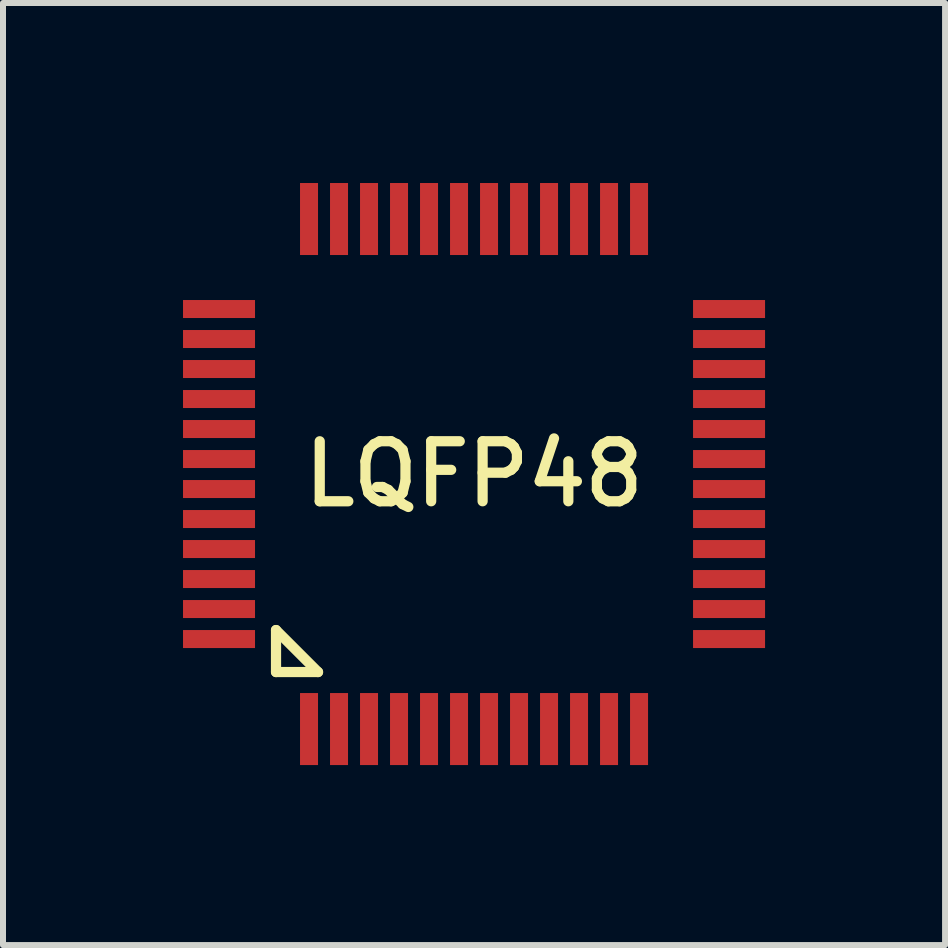
<source format=kicad_pcb>
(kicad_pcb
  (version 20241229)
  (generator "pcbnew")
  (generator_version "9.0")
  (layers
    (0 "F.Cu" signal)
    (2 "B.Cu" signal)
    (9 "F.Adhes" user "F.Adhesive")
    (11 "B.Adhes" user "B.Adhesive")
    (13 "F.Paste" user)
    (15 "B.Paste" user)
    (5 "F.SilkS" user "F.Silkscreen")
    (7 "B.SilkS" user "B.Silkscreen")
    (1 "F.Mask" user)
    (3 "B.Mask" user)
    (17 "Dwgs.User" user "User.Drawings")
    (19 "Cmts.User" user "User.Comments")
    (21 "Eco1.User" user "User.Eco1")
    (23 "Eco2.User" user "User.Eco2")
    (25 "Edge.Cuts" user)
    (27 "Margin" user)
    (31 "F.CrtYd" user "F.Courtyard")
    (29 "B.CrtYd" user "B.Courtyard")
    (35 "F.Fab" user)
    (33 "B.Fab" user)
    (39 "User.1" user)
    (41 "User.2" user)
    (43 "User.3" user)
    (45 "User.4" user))
  (footprint "LQFP48"
    (layer "F.Cu")
    (at 4.85 4.85)
    (property "Reference" "LQFP48" (at 0 0 0) (layer "F.SilkS") (effects (font (size 1 1) (thickness 0.17))))
    (attr through_hole)
    (fp_line (start -3.3 2.6) (end -3.3 3.3) (stroke (width 0.17) (type solid)) (layer "F.SilkS"))
    (fp_line (start -3.3 3.3) (end -2.6 3.3) (stroke (width 0.17) (type solid)) (layer "F.SilkS"))
    (fp_line (start -2.6 3.3) (end -3.3 2.6) (stroke (width 0.17) (type solid)) (layer "F.SilkS"))
    (pad "1" smd rect (at -2.75 4.25) (size 0.3 1.2) (layers "F.Cu" "F.Mask" "F.Paste"))
    (pad "2" smd rect (at -2.25 4.25) (size 0.3 1.2) (layers "F.Cu" "F.Mask" "F.Paste"))
    (pad "3" smd rect (at -1.75 4.25) (size 0.3 1.2) (layers "F.Cu" "F.Mask" "F.Paste"))
    (pad "4" smd rect (at -1.25 4.25) (size 0.3 1.2) (layers "F.Cu" "F.Mask" "F.Paste"))
    (pad "5" smd rect (at -0.75 4.25) (size 0.3 1.2) (layers "F.Cu" "F.Mask" "F.Paste"))
    (pad "6" smd rect (at -0.25 4.25) (size 0.3 1.2) (layers "F.Cu" "F.Mask" "F.Paste"))
    (pad "7" smd rect (at 0.25 4.25) (size 0.3 1.2) (layers "F.Cu" "F.Mask" "F.Paste"))
    (pad "8" smd rect (at 0.75 4.25) (size 0.3 1.2) (layers "F.Cu" "F.Mask" "F.Paste"))
    (pad "9" smd rect (at 1.25 4.25) (size 0.3 1.2) (layers "F.Cu" "F.Mask" "F.Paste"))
    (pad "10" smd rect (at 1.75 4.25) (size 0.3 1.2) (layers "F.Cu" "F.Mask" "F.Paste"))
    (pad "11" smd rect (at 2.25 4.25) (size 0.3 1.2) (layers "F.Cu" "F.Mask" "F.Paste"))
    (pad "12" smd rect (at 2.75 4.25) (size 0.3 1.2) (layers "F.Cu" "F.Mask" "F.Paste"))
    (pad "13" smd rect (at 4.25 2.75) (size 1.2 0.3) (layers "F.Cu" "F.Mask" "F.Paste"))
    (pad "14" smd rect (at 4.25 2.25) (size 1.2 0.3) (layers "F.Cu" "F.Mask" "F.Paste"))
    (pad "15" smd rect (at 4.25 1.75) (size 1.2 0.3) (layers "F.Cu" "F.Mask" "F.Paste"))
    (pad "16" smd rect (at 4.25 1.25) (size 1.2 0.3) (layers "F.Cu" "F.Mask" "F.Paste"))
    (pad "17" smd rect (at 4.25 0.75) (size 1.2 0.3) (layers "F.Cu" "F.Mask" "F.Paste"))
    (pad "18" smd rect (at 4.25 0.25) (size 1.2 0.3) (layers "F.Cu" "F.Mask" "F.Paste"))
    (pad "19" smd rect (at 4.25 -0.25) (size 1.2 0.3) (layers "F.Cu" "F.Mask" "F.Paste"))
    (pad "20" smd rect (at 4.25 -0.75) (size 1.2 0.3) (layers "F.Cu" "F.Mask" "F.Paste"))
    (pad "21" smd rect (at 4.25 -1.25) (size 1.2 0.3) (layers "F.Cu" "F.Mask" "F.Paste"))
    (pad "22" smd rect (at 4.25 -1.75) (size 1.2 0.3) (layers "F.Cu" "F.Mask" "F.Paste"))
    (pad "23" smd rect (at 4.25 -2.25) (size 1.2 0.3) (layers "F.Cu" "F.Mask" "F.Paste"))
    (pad "24" smd rect (at 4.25 -2.75) (size 1.2 0.3) (layers "F.Cu" "F.Mask" "F.Paste"))
    (pad "25" smd rect (at 2.75 -4.25) (size 0.3 1.2) (layers "F.Cu" "F.Mask" "F.Paste"))
    (pad "26" smd rect (at 2.25 -4.25) (size 0.3 1.2) (layers "F.Cu" "F.Mask" "F.Paste"))
    (pad "27" smd rect (at 1.75 -4.25) (size 0.3 1.2) (layers "F.Cu" "F.Mask" "F.Paste"))
    (pad "28" smd rect (at 1.25 -4.25) (size 0.3 1.2) (layers "F.Cu" "F.Mask" "F.Paste"))
    (pad "29" smd rect (at 0.75 -4.25) (size 0.3 1.2) (layers "F.Cu" "F.Mask" "F.Paste"))
    (pad "30" smd rect (at 0.25 -4.25) (size 0.3 1.2) (layers "F.Cu" "F.Mask" "F.Paste"))
    (pad "31" smd rect (at -0.25 -4.25) (size 0.3 1.2) (layers "F.Cu" "F.Mask" "F.Paste"))
    (pad "32" smd rect (at -0.75 -4.25) (size 0.3 1.2) (layers "F.Cu" "F.Mask" "F.Paste"))
    (pad "33" smd rect (at -1.25 -4.25) (size 0.3 1.2) (layers "F.Cu" "F.Mask" "F.Paste"))
    (pad "34" smd rect (at -1.75 -4.25) (size 0.3 1.2) (layers "F.Cu" "F.Mask" "F.Paste"))
    (pad "35" smd rect (at -2.25 -4.25) (size 0.3 1.2) (layers "F.Cu" "F.Mask" "F.Paste"))
    (pad "36" smd rect (at -2.75 -4.25) (size 0.3 1.2) (layers "F.Cu" "F.Mask" "F.Paste"))
    (pad "37" smd rect (at -4.25 -2.75) (size 1.2 0.3) (layers "F.Cu" "F.Mask" "F.Paste"))
    (pad "38" smd rect (at -4.25 -2.25) (size 1.2 0.3) (layers "F.Cu" "F.Mask" "F.Paste"))
    (pad "39" smd rect (at -4.25 -1.75) (size 1.2 0.3) (layers "F.Cu" "F.Mask" "F.Paste"))
    (pad "40" smd rect (at -4.25 -1.25) (size 1.2 0.3) (layers "F.Cu" "F.Mask" "F.Paste"))
    (pad "41" smd rect (at -4.25 -0.75) (size 1.2 0.3) (layers "F.Cu" "F.Mask" "F.Paste"))
    (pad "42" smd rect (at -4.25 -0.25) (size 1.2 0.3) (layers "F.Cu" "F.Mask" "F.Paste"))
    (pad "43" smd rect (at -4.25 0.25) (size 1.2 0.3) (layers "F.Cu" "F.Mask" "F.Paste"))
    (pad "44" smd rect (at -4.25 0.75) (size 1.2 0.3) (layers "F.Cu" "F.Mask" "F.Paste"))
    (pad "45" smd rect (at -4.25 1.25) (size 1.2 0.3) (layers "F.Cu" "F.Mask" "F.Paste"))
    (pad "46" smd rect (at -4.25 1.75) (size 1.2 0.3) (layers "F.Cu" "F.Mask" "F.Paste"))
    (pad "47" smd rect (at -4.25 2.25) (size 1.2 0.3) (layers "F.Cu" "F.Mask" "F.Paste"))
    (pad "48" smd rect (at -4.25 2.75) (size 1.2 0.3) (layers "F.Cu" "F.Mask" "F.Paste")))
  (gr_rect
    (start -3 -3)
    (end 12.7 12.7)
    (stroke (width 0.1) (type default))
    (fill no)
    (layer "Edge.Cuts")))
</source>
